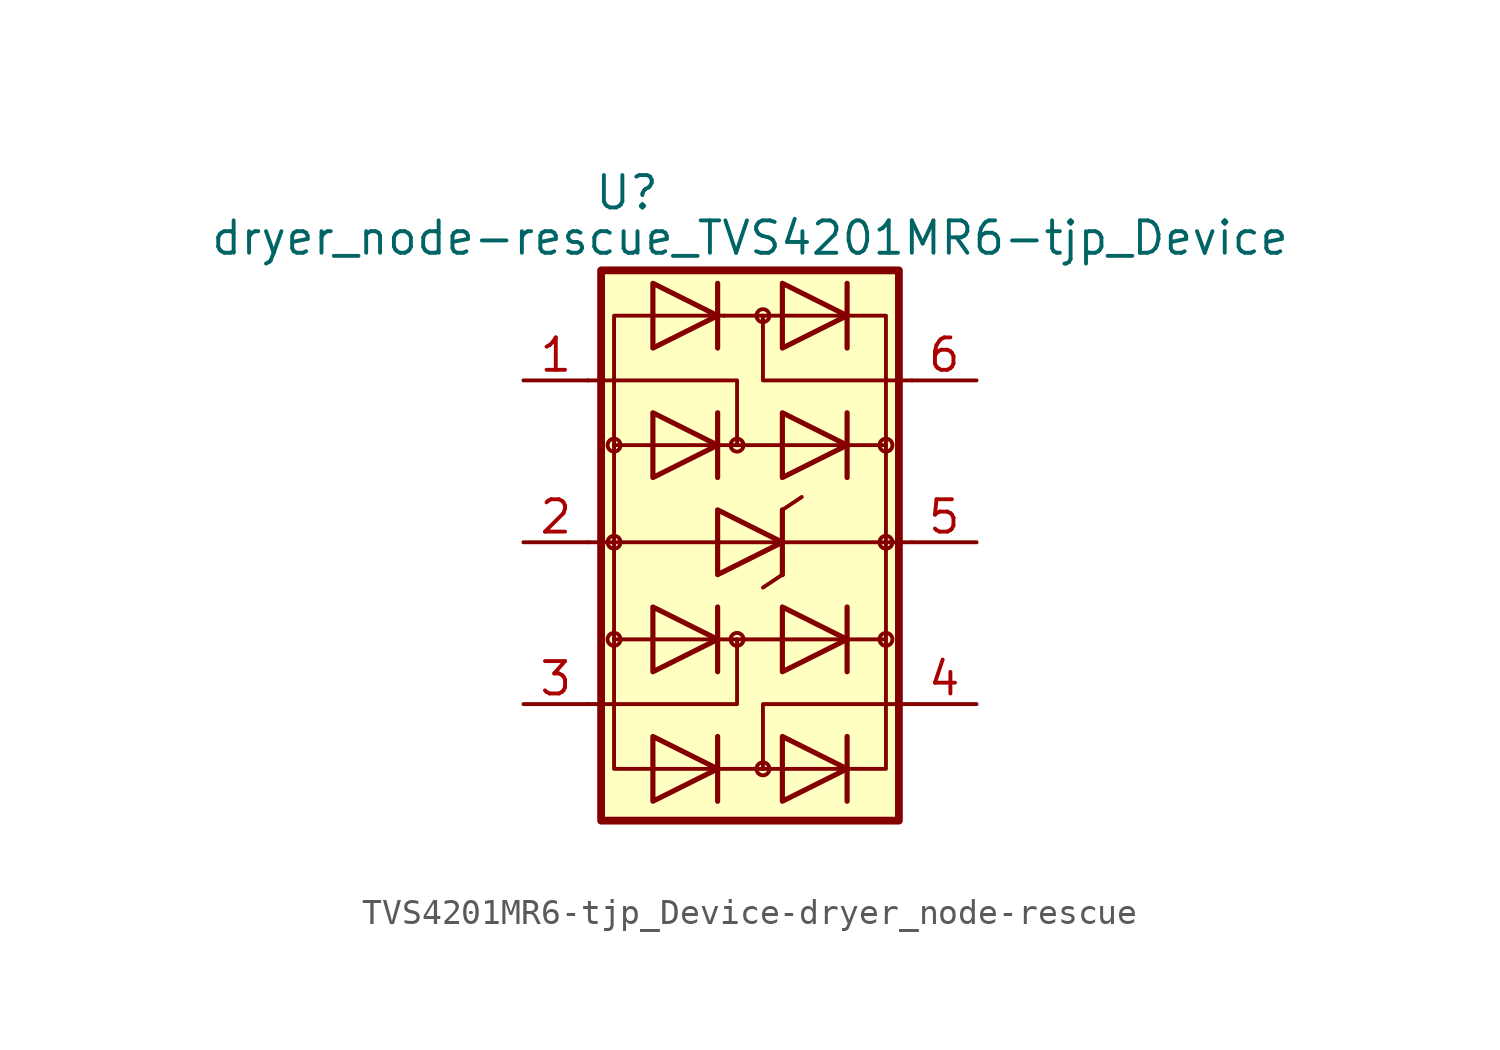
<source format=kicad_sym>
(kicad_symbol_lib
  (version 20220914)
  (generator kicad_symbol_editor)
  (symbol "TVS4201MR6-tjp_Device-dryer_node-rescue"
    (pin_names
      (offset 0) hide)
    (property "Reference" "U"
      (at -3.556 -0.254 0)
      (effects (font (size 1.27 1.27))))
    (property "Value" "dryer_node-rescue_TVS4201MR6-tjp_Device"
      (at 1.27 -2.032 0)
      (effects (font (size 1.27 1.27))))
    (symbol "TVS4201MR6-tjp_Device-dryer_node-rescue_0_1"
      (rectangle (start -4.572 -3.302) (end 7.112 -24.892) (stroke (width 0.305) (type solid)) (fill (type background)))
      (polyline (pts (xy -4.826 -20.32) (xy -5.08 -20.32)) (stroke (width 0) (type solid)) (fill (type none)))
      (polyline (pts (xy -4.064 -13.97) (xy -5.08 -13.97)) (stroke (width 0) (type solid)) (fill (type none)))
      (polyline (pts (xy -2.54 -17.78) (xy -4.064 -17.78)) (stroke (width 0) (type solid)) (fill (type none)))
      (polyline (pts (xy -2.54 -10.16) (xy -4.064 -10.16)) (stroke (width 0) (type solid)) (fill (type none)))
      (polyline (pts (xy -0.254 -10.16) (xy 2.54 -10.16)) (stroke (width 0) (type solid)) (fill (type none)))
      (polyline (pts (xy 0 -22.86) (xy 2.54 -22.86)) (stroke (width 0) (type solid)) (fill (type none)))
      (polyline (pts (xy 0 -17.78) (xy 2.54 -17.78)) (stroke (width 0) (type solid)) (fill (type none)))
      (polyline (pts (xy 0 -13.97) (xy -4.064 -13.97)) (stroke (width 0) (type solid)) (fill (type none)))
      (polyline (pts (xy 0.254 -5.08) (xy 0 -5.08)) (stroke (width 0) (type solid)) (fill (type none)))
      (polyline (pts (xy 2.54 -15.24) (xy 1.778 -15.748)) (stroke (width 0) (type solid)) (fill (type none)))
      (polyline (pts (xy 2.54 -13.97) (xy 6.604 -13.97)) (stroke (width 0) (type solid)) (fill (type none)))
      (polyline (pts (xy 2.54 -5.08) (xy 0.254 -5.08)) (stroke (width 0) (type solid)) (fill (type none)))
      (polyline (pts (xy 3.302 -12.192) (xy 2.54 -12.7)) (stroke (width 0) (type solid)) (fill (type none)))
      (polyline (pts (xy 5.08 -17.78) (xy 6.604 -17.78)) (stroke (width 0) (type solid)) (fill (type none)))
      (polyline (pts (xy 5.08 -10.16) (xy 6.604 -10.16)) (stroke (width 0) (type solid)) (fill (type none)))
      (polyline (pts (xy 7.62 -13.97) (xy 6.604 -13.97)) (stroke (width 0) (type solid)) (fill (type none)))
      (polyline (pts (xy 0.762 -17.78) (xy 0.762 -20.32) (xy -4.826 -20.32)) (stroke (width 0) (type solid)) (fill (type none)))
      (polyline (pts (xy 0.762 -10.16) (xy 0.762 -7.62) (xy -5.08 -7.62)) (stroke (width 0) (type solid)) (fill (type none)))
      (polyline (pts (xy 1.778 -22.86) (xy 1.778 -20.32) (xy 7.62 -20.32)) (stroke (width 0) (type solid)) (fill (type none)))
      (polyline (pts (xy 1.778 -5.08) (xy 1.778 -7.62) (xy 7.62 -7.62)) (stroke (width 0) (type solid)) (fill (type none)))
      (polyline (pts (xy -2.54 -5.08) (xy -4.064 -5.08) (xy -4.064 -22.86) (xy -2.54 -22.86)) (stroke (width 0) (type solid)) (fill (type none)))
      (polyline (pts (xy 5.08 -5.08) (xy 6.604 -5.08) (xy 6.604 -22.86) (xy 5.334 -22.86) (xy 5.08 -22.86)) (stroke (width 0) (type solid)) (fill (type none)))
      (circle (center 1.778 -5.08) (radius 0.254) (stroke (width 0) (type solid)) (fill (type none))))
    (symbol "TVS4201MR6-tjp_Device-dryer_node-rescue_1_1"
      (circle (center -4.064 -17.78) (radius 0.254) (stroke (width 0) (type solid)) (fill (type none)))
      (circle (center -4.064 -13.97) (radius 0.254) (stroke (width 0) (type solid)) (fill (type none)))
      (circle (center -4.064 -10.16) (radius 0.254) (stroke (width 0) (type solid)) (fill (type none)))
      (polyline (pts (xy -2.54 -22.86) (xy 0 -22.86)) (stroke (width 0) (type solid)) (fill (type none)))
      (polyline (pts (xy -2.54 -17.78) (xy 0 -17.78)) (stroke (width 0) (type solid)) (fill (type none)))
      (polyline (pts (xy -2.54 -10.16) (xy 0 -10.16)) (stroke (width 0) (type solid)) (fill (type none)))
      (polyline (pts (xy -2.54 -5.08) (xy 0 -5.08)) (stroke (width 0) (type solid)) (fill (type none)))
      (polyline (pts (xy 0 -21.59) (xy 0 -24.13)) (stroke (width 0.203) (type solid)) (fill (type none)))
      (polyline (pts (xy 0 -16.51) (xy 0 -19.05)) (stroke (width 0.203) (type solid)) (fill (type none)))
      (polyline (pts (xy 0 -13.97) (xy 2.54 -13.97)) (stroke (width 0) (type solid)) (fill (type none)))
      (polyline (pts (xy 0 -8.89) (xy 0 -11.43)) (stroke (width 0.203) (type solid)) (fill (type none)))
      (polyline (pts (xy 0 -3.81) (xy 0 -6.35)) (stroke (width 0.203) (type solid)) (fill (type none)))
      (polyline (pts (xy 2.54 -22.86) (xy 5.08 -22.86)) (stroke (width 0) (type solid)) (fill (type none)))
      (polyline (pts (xy 2.54 -17.78) (xy 5.08 -17.78)) (stroke (width 0) (type solid)) (fill (type none)))
      (polyline (pts (xy 2.54 -12.7) (xy 2.54 -15.24)) (stroke (width 0.203) (type solid)) (fill (type none)))
      (polyline (pts (xy 2.54 -10.16) (xy 5.08 -10.16)) (stroke (width 0) (type solid)) (fill (type none)))
      (polyline (pts (xy 2.54 -5.08) (xy 5.08 -5.08)) (stroke (width 0) (type solid)) (fill (type none)))
      (polyline (pts (xy 5.08 -21.59) (xy 5.08 -24.13)) (stroke (width 0.203) (type solid)) (fill (type none)))
      (polyline (pts (xy 5.08 -16.51) (xy 5.08 -19.05)) (stroke (width 0.203) (type solid)) (fill (type none)))
      (polyline (pts (xy 5.08 -8.89) (xy 5.08 -11.43)) (stroke (width 0.203) (type solid)) (fill (type none)))
      (polyline (pts (xy 5.08 -3.81) (xy 5.08 -6.35)) (stroke (width 0.203) (type solid)) (fill (type none)))
      (polyline (pts (xy -2.54 -21.59) (xy -2.54 -24.13) (xy 0 -22.86) (xy -2.54 -21.59)) (stroke (width 0.203) (type solid)) (fill (type none)))
      (polyline (pts (xy -2.54 -16.51) (xy -2.54 -19.05) (xy 0 -17.78) (xy -2.54 -16.51)) (stroke (width 0.203) (type solid)) (fill (type none)))
      (polyline (pts (xy -2.54 -8.89) (xy -2.54 -11.43) (xy 0 -10.16) (xy -2.54 -8.89)) (stroke (width 0.203) (type solid)) (fill (type none)))
      (polyline (pts (xy -2.54 -3.81) (xy -2.54 -6.35) (xy 0 -5.08) (xy -2.54 -3.81)) (stroke (width 0.203) (type solid)) (fill (type none)))
      (polyline (pts (xy 0 -12.7) (xy 0 -15.24) (xy 2.54 -13.97) (xy 0 -12.7)) (stroke (width 0.203) (type solid)) (fill (type none)))
      (polyline (pts (xy 2.54 -21.59) (xy 2.54 -24.13) (xy 5.08 -22.86) (xy 2.54 -21.59)) (stroke (width 0.203) (type solid)) (fill (type none)))
      (polyline (pts (xy 2.54 -16.51) (xy 2.54 -19.05) (xy 5.08 -17.78) (xy 2.54 -16.51)) (stroke (width 0.203) (type solid)) (fill (type none)))
      (polyline (pts (xy 2.54 -8.89) (xy 2.54 -11.43) (xy 5.08 -10.16) (xy 2.54 -8.89)) (stroke (width 0.203) (type solid)) (fill (type none)))
      (polyline (pts (xy 2.54 -3.81) (xy 2.54 -6.35) (xy 5.08 -5.08) (xy 2.54 -3.81)) (stroke (width 0.203) (type solid)) (fill (type none)))
      (circle (center 0.762 -17.78) (radius 0.254) (stroke (width 0) (type solid)) (fill (type none)))
      (circle (center 0.762 -10.16) (radius 0.254) (stroke (width 0) (type solid)) (fill (type none)))
      (circle (center 1.778 -22.86) (radius 0.254) (stroke (width 0) (type solid)) (fill (type none)))
      (circle (center 6.604 -17.78) (radius 0.254) (stroke (width 0) (type solid)) (fill (type none)))
      (circle (center 6.604 -13.97) (radius 0.254) (stroke (width 0) (type solid)) (fill (type none)))
      (circle (center 6.604 -10.16) (radius 0.254) (stroke (width 0) (type solid)) (fill (type none)))
      (pin input line (at -7.62 -7.62 0) (length 2.54) (name "I/O1" (effects (font (size 1.27 1.27)))) (number "1" (effects (font (size 1.27 1.27)))))
      (pin input line (at -7.62 -13.97 0) (length 2.54) (name "VN" (effects (font (size 1.27 1.27)))) (number "2" (effects (font (size 1.27 1.27)))))
      (pin input line (at -7.62 -20.32 0) (length 2.54) (name "I/O3" (effects (font (size 1.27 1.27)))) (number "3" (effects (font (size 1.27 1.27)))))
      (pin input line (at 10.16 -20.32 180) (length 2.54) (name "I/O4" (effects (font (size 1.27 1.27)))) (number "4" (effects (font (size 1.27 1.27)))))
      (pin input line (at 10.16 -13.97 180) (length 2.54) (name "VP" (effects (font (size 1.27 1.27)))) (number "5" (effects (font (size 1.27 1.27)))))
      (pin input line (at 10.16 -7.62 180) (length 2.54) (name "I/O4" (effects (font (size 1.27 1.27)))) (number "6" (effects (font (size 1.27 1.27))))))))
</source>
